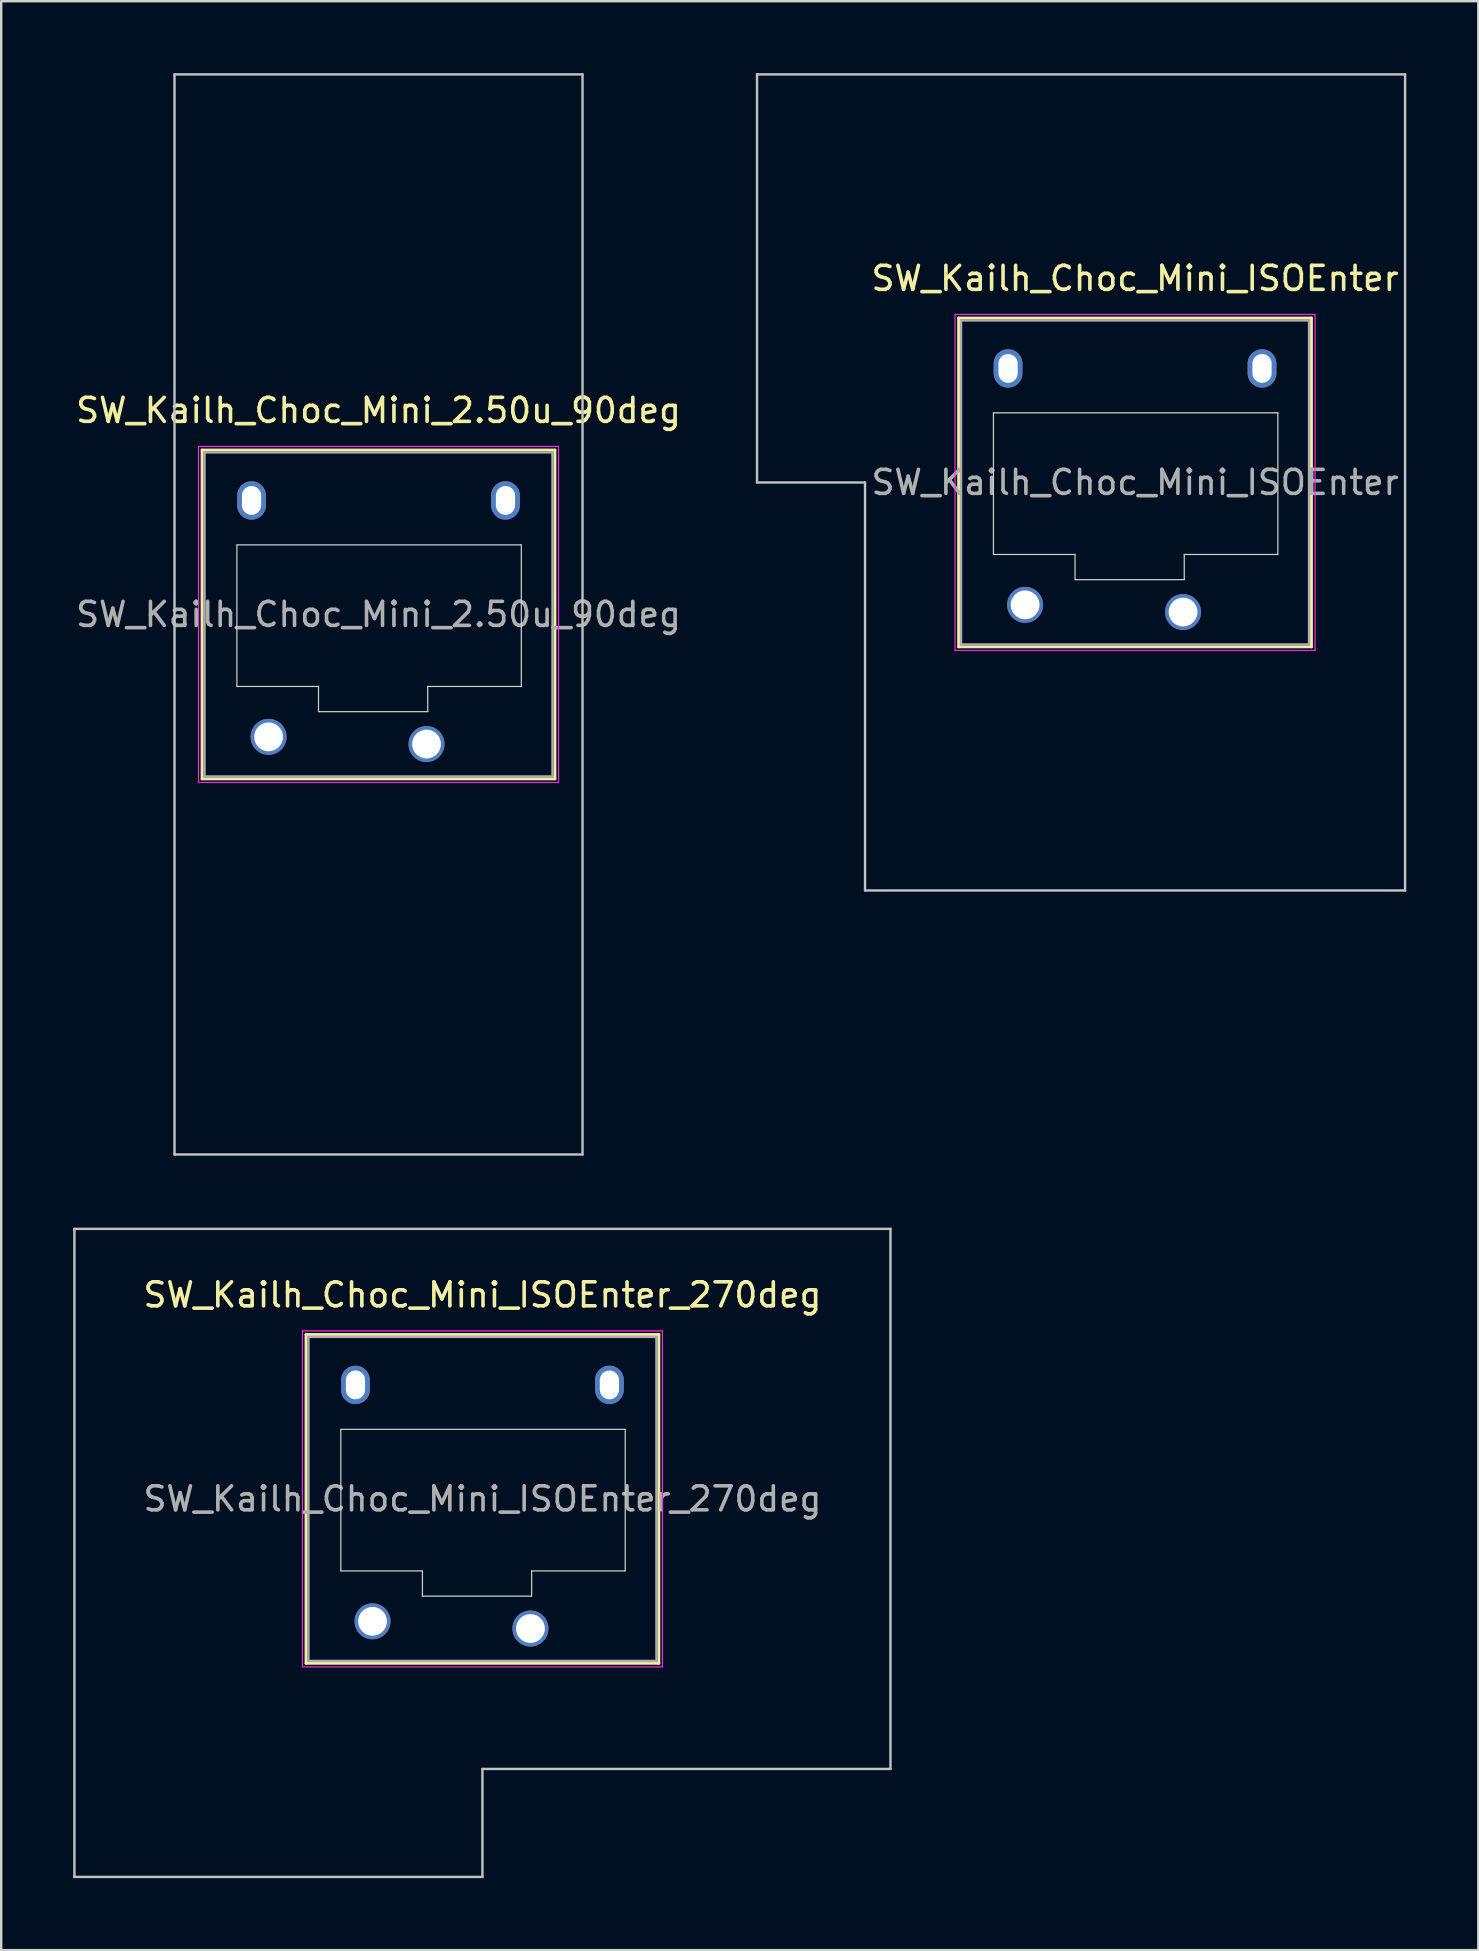
<source format=kicad_pcb>
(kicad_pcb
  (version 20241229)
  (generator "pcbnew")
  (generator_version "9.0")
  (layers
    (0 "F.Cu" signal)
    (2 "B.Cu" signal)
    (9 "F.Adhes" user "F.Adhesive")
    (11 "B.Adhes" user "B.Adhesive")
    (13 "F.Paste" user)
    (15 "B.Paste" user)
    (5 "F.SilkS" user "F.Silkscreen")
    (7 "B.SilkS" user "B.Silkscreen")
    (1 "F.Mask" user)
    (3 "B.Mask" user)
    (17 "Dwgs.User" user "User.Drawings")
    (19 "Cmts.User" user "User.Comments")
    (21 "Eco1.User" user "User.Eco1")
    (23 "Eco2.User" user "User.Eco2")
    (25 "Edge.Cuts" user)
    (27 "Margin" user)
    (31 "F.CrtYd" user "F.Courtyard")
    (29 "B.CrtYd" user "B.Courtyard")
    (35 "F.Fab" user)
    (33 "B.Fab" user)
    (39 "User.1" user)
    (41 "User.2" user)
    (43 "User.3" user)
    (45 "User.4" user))
  (footprint "SW_Kailh_Choc_Mini_ISOEnter"
    (layer "F.Cu")
    (at 44.24 17.05)
    (property "Reference" "SW_Kailh_Choc_Mini_ISOEnter" (at 0 -8.5 0) (layer "F.SilkS") (effects (font (size 1 1) (thickness 0.15))))
    (attr through_hole)
    (fp_line (start -7.35 -6.85) (end -7.35 6.85) (stroke (width 0.12) (type solid)) (layer "F.SilkS"))
    (fp_line (start -7.35 6.85) (end 7.35 6.85) (stroke (width 0.12) (type solid)) (layer "F.SilkS"))
    (fp_line (start 7.35 -6.85) (end -7.35 -6.85) (stroke (width 0.12) (type solid)) (layer "F.SilkS"))
    (fp_line (start 7.35 6.85) (end 7.35 -6.85) (stroke (width 0.12) (type solid)) (layer "F.SilkS"))
    (fp_line (start -15.75 -17) (end -15.75 0) (stroke (width 0.1) (type solid)) (layer "Dwgs.User"))
    (fp_line (start -15.75 0) (end -11.25 0) (stroke (width 0.1) (type solid)) (layer "Dwgs.User"))
    (fp_line (start -11.25 0) (end -11.25 17) (stroke (width 0.1) (type solid)) (layer "Dwgs.User"))
    (fp_line (start -11.25 17) (end 11.25 17) (stroke (width 0.1) (type solid)) (layer "Dwgs.User"))
    (fp_line (start 11.25 -17) (end -15.75 -17) (stroke (width 0.1) (type solid)) (layer "Dwgs.User"))
    (fp_line (start 11.25 17) (end 11.25 -17) (stroke (width 0.1) (type solid)) (layer "Dwgs.User"))
    (fp_line (start -6.85 -6.35) (end -6.85 6.35) (stroke (width 0.1) (type solid)) (layer "Eco1.User"))
    (fp_line (start -6.85 6.35) (end 6.85 6.35) (stroke (width 0.1) (type solid)) (layer "Eco1.User"))
    (fp_line (start 6.85 -6.35) (end -6.85 -6.35) (stroke (width 0.1) (type solid)) (layer "Eco1.User"))
    (fp_line (start 6.85 6.35) (end 6.85 -6.35) (stroke (width 0.1) (type solid)) (layer "Eco1.User"))
    (fp_line (start -5.9 -2.9) (end -5.9 3) (stroke (width 0.05) (type solid)) (layer "Edge.Cuts"))
    (fp_line (start -5.9 3) (end -2.5 3) (stroke (width 0.05) (type solid)) (layer "Edge.Cuts"))
    (fp_line (start -2.5 3) (end -2.5 4.05) (stroke (width 0.05) (type solid)) (layer "Edge.Cuts"))
    (fp_line (start -2.5 4.05) (end 2.05 4.05) (stroke (width 0.05) (type solid)) (layer "Edge.Cuts"))
    (fp_line (start 2.05 3) (end 5.95 3) (stroke (width 0.05) (type solid)) (layer "Edge.Cuts"))
    (fp_line (start 2.05 4.05) (end 2.05 3) (stroke (width 0.05) (type solid)) (layer "Edge.Cuts"))
    (fp_line (start 5.95 -2.9) (end -5.9 -2.9) (stroke (width 0.05) (type solid)) (layer "Edge.Cuts"))
    (fp_line (start 5.95 3) (end 5.95 -2.9) (stroke (width 0.05) (type solid)) (layer "Edge.Cuts"))
    (fp_line (start -7.5 -7) (end -7.5 7) (stroke (width 0.05) (type solid)) (layer "F.CrtYd"))
    (fp_line (start -7.5 7) (end 7.5 7) (stroke (width 0.05) (type solid)) (layer "F.CrtYd"))
    (fp_line (start 7.5 -7) (end -7.5 -7) (stroke (width 0.05) (type solid)) (layer "F.CrtYd"))
    (fp_line (start 7.5 7) (end 7.5 -7) (stroke (width 0.05) (type solid)) (layer "F.CrtYd"))
    (fp_line (start -7.25 -6.75) (end -7.25 6.75) (stroke (width 0.1) (type solid)) (layer "F.Fab"))
    (fp_line (start -7.25 6.75) (end 7.25 6.75) (stroke (width 0.1) (type solid)) (layer "F.Fab"))
    (fp_line (start 7.25 -6.75) (end -7.25 -6.75) (stroke (width 0.1) (type solid)) (layer "F.Fab"))
    (fp_line (start 7.25 6.75) (end 7.25 -6.75) (stroke (width 0.1) (type solid)) (layer "F.Fab"))
    (fp_text user "${REFERENCE}" (at 0 0 0) (layer "F.Fab") (effects (font (size 1 1) (thickness 0.15))))
    (pad "" np_thru_hole oval (at -5.29 -4.75) (size 1.2 1.6) (drill oval 0.8 1.2) (layers "*.Cu" "*.Mask"))
    (pad "" np_thru_hole oval (at 5.29 -4.75) (size 1.2 1.6) (drill oval 0.8 1.2) (layers "*.Cu" "*.Mask"))
    (pad "1" thru_hole circle (at 2 5.4) (size 1.5 1.5) (drill 1.2) (layers "*.Cu" "*.Mask"))
    (pad "2" thru_hole circle (at -4.58 5.1) (size 1.5 1.5) (drill 1.2) (layers "*.Cu" "*.Mask")))
  (footprint "SW_Kailh_Choc_Mini_2.50u_90deg"
    (layer "F.Cu")
    (at 12.72 22.55)
    (property "Reference" "SW_Kailh_Choc_Mini_2.50u_90deg" (at 0 -8.5 0) (layer "F.SilkS") (effects (font (size 1 1) (thickness 0.15))))
    (attr through_hole)
    (fp_line (start -7.35 -6.85) (end -7.35 6.85) (stroke (width 0.12) (type solid)) (layer "F.SilkS"))
    (fp_line (start -7.35 6.85) (end 7.35 6.85) (stroke (width 0.12) (type solid)) (layer "F.SilkS"))
    (fp_line (start 7.35 -6.85) (end -7.35 -6.85) (stroke (width 0.12) (type solid)) (layer "F.SilkS"))
    (fp_line (start 7.35 6.85) (end 7.35 -6.85) (stroke (width 0.12) (type solid)) (layer "F.SilkS"))
    (fp_line (start -8.5 -22.5) (end 8.5 -22.5) (stroke (width 0.1) (type solid)) (layer "Dwgs.User"))
    (fp_line (start -8.5 22.5) (end -8.5 -22.5) (stroke (width 0.1) (type solid)) (layer "Dwgs.User"))
    (fp_line (start 8.5 -22.5) (end 8.5 22.5) (stroke (width 0.1) (type solid)) (layer "Dwgs.User"))
    (fp_line (start 8.5 22.5) (end -8.5 22.5) (stroke (width 0.1) (type solid)) (layer "Dwgs.User"))
    (fp_line (start -6.85 -6.35) (end -6.85 6.35) (stroke (width 0.1) (type solid)) (layer "Eco1.User"))
    (fp_line (start -6.85 6.35) (end 6.85 6.35) (stroke (width 0.1) (type solid)) (layer "Eco1.User"))
    (fp_line (start 6.85 -6.35) (end -6.85 -6.35) (stroke (width 0.1) (type solid)) (layer "Eco1.User"))
    (fp_line (start 6.85 6.35) (end 6.85 -6.35) (stroke (width 0.1) (type solid)) (layer "Eco1.User"))
    (fp_line (start -5.9 -2.9) (end -5.9 3) (stroke (width 0.05) (type solid)) (layer "Edge.Cuts"))
    (fp_line (start -5.9 3) (end -2.5 3) (stroke (width 0.05) (type solid)) (layer "Edge.Cuts"))
    (fp_line (start -2.5 3) (end -2.5 4.05) (stroke (width 0.05) (type solid)) (layer "Edge.Cuts"))
    (fp_line (start -2.5 4.05) (end 2.05 4.05) (stroke (width 0.05) (type solid)) (layer "Edge.Cuts"))
    (fp_line (start 2.05 3) (end 5.95 3) (stroke (width 0.05) (type solid)) (layer "Edge.Cuts"))
    (fp_line (start 2.05 4.05) (end 2.05 3) (stroke (width 0.05) (type solid)) (layer "Edge.Cuts"))
    (fp_line (start 5.95 -2.9) (end -5.9 -2.9) (stroke (width 0.05) (type solid)) (layer "Edge.Cuts"))
    (fp_line (start 5.95 3) (end 5.95 -2.9) (stroke (width 0.05) (type solid)) (layer "Edge.Cuts"))
    (fp_line (start -7.5 -7) (end -7.5 7) (stroke (width 0.05) (type solid)) (layer "F.CrtYd"))
    (fp_line (start -7.5 7) (end 7.5 7) (stroke (width 0.05) (type solid)) (layer "F.CrtYd"))
    (fp_line (start 7.5 -7) (end -7.5 -7) (stroke (width 0.05) (type solid)) (layer "F.CrtYd"))
    (fp_line (start 7.5 7) (end 7.5 -7) (stroke (width 0.05) (type solid)) (layer "F.CrtYd"))
    (fp_line (start -7.25 -6.75) (end -7.25 6.75) (stroke (width 0.1) (type solid)) (layer "F.Fab"))
    (fp_line (start -7.25 6.75) (end 7.25 6.75) (stroke (width 0.1) (type solid)) (layer "F.Fab"))
    (fp_line (start 7.25 -6.75) (end -7.25 -6.75) (stroke (width 0.1) (type solid)) (layer "F.Fab"))
    (fp_line (start 7.25 6.75) (end 7.25 -6.75) (stroke (width 0.1) (type solid)) (layer "F.Fab"))
    (fp_text user "${REFERENCE}" (at 0 0 0) (layer "F.Fab") (effects (font (size 1 1) (thickness 0.15))))
    (pad "" np_thru_hole oval (at -5.29 -4.75) (size 1.2 1.6) (drill oval 0.8 1.2) (layers "*.Cu" "*.Mask"))
    (pad "" np_thru_hole oval (at 5.29 -4.75) (size 1.2 1.6) (drill oval 0.8 1.2) (layers "*.Cu" "*.Mask"))
    (pad "1" thru_hole circle (at 2 5.4) (size 1.5 1.5) (drill 1.2) (layers "*.Cu" "*.Mask"))
    (pad "2" thru_hole circle (at -4.58 5.1) (size 1.5 1.5) (drill 1.2) (layers "*.Cu" "*.Mask")))
  (footprint "SW_Kailh_Choc_Mini_ISOEnter_270deg"
    (layer "F.Cu")
    (at 17.05 59.4)
    (property "Reference" "SW_Kailh_Choc_Mini_ISOEnter_270deg" (at 0 -8.5 0) (layer "F.SilkS") (effects (font (size 1 1) (thickness 0.15))))
    (attr through_hole)
    (fp_line (start -7.35 -6.85) (end -7.35 6.85) (stroke (width 0.12) (type solid)) (layer "F.SilkS"))
    (fp_line (start -7.35 6.85) (end 7.35 6.85) (stroke (width 0.12) (type solid)) (layer "F.SilkS"))
    (fp_line (start 7.35 -6.85) (end -7.35 -6.85) (stroke (width 0.12) (type solid)) (layer "F.SilkS"))
    (fp_line (start 7.35 6.85) (end 7.35 -6.85) (stroke (width 0.12) (type solid)) (layer "F.SilkS"))
    (fp_line (start -17 -11.25) (end -17 15.75) (stroke (width 0.1) (type solid)) (layer "Dwgs.User"))
    (fp_line (start -17 15.75) (end 0 15.75) (stroke (width 0.1) (type solid)) (layer "Dwgs.User"))
    (fp_line (start 0 11.25) (end 17 11.25) (stroke (width 0.1) (type solid)) (layer "Dwgs.User"))
    (fp_line (start 0 15.75) (end 0 11.25) (stroke (width 0.1) (type solid)) (layer "Dwgs.User"))
    (fp_line (start 17 -11.25) (end -17 -11.25) (stroke (width 0.1) (type solid)) (layer "Dwgs.User"))
    (fp_line (start 17 11.25) (end 17 -11.25) (stroke (width 0.1) (type solid)) (layer "Dwgs.User"))
    (fp_line (start -6.85 -6.35) (end -6.85 6.35) (stroke (width 0.1) (type solid)) (layer "Eco1.User"))
    (fp_line (start -6.85 6.35) (end 6.85 6.35) (stroke (width 0.1) (type solid)) (layer "Eco1.User"))
    (fp_line (start 6.85 -6.35) (end -6.85 -6.35) (stroke (width 0.1) (type solid)) (layer "Eco1.User"))
    (fp_line (start 6.85 6.35) (end 6.85 -6.35) (stroke (width 0.1) (type solid)) (layer "Eco1.User"))
    (fp_line (start -5.9 -2.9) (end -5.9 3) (stroke (width 0.05) (type solid)) (layer "Edge.Cuts"))
    (fp_line (start -5.9 3) (end -2.5 3) (stroke (width 0.05) (type solid)) (layer "Edge.Cuts"))
    (fp_line (start -2.5 3) (end -2.5 4.05) (stroke (width 0.05) (type solid)) (layer "Edge.Cuts"))
    (fp_line (start -2.5 4.05) (end 2.05 4.05) (stroke (width 0.05) (type solid)) (layer "Edge.Cuts"))
    (fp_line (start 2.05 3) (end 5.95 3) (stroke (width 0.05) (type solid)) (layer "Edge.Cuts"))
    (fp_line (start 2.05 4.05) (end 2.05 3) (stroke (width 0.05) (type solid)) (layer "Edge.Cuts"))
    (fp_line (start 5.95 -2.9) (end -5.9 -2.9) (stroke (width 0.05) (type solid)) (layer "Edge.Cuts"))
    (fp_line (start 5.95 3) (end 5.95 -2.9) (stroke (width 0.05) (type solid)) (layer "Edge.Cuts"))
    (fp_line (start -7.5 -7) (end -7.5 7) (stroke (width 0.05) (type solid)) (layer "F.CrtYd"))
    (fp_line (start -7.5 7) (end 7.5 7) (stroke (width 0.05) (type solid)) (layer "F.CrtYd"))
    (fp_line (start 7.5 -7) (end -7.5 -7) (stroke (width 0.05) (type solid)) (layer "F.CrtYd"))
    (fp_line (start 7.5 7) (end 7.5 -7) (stroke (width 0.05) (type solid)) (layer "F.CrtYd"))
    (fp_line (start -7.25 -6.75) (end -7.25 6.75) (stroke (width 0.1) (type solid)) (layer "F.Fab"))
    (fp_line (start -7.25 6.75) (end 7.25 6.75) (stroke (width 0.1) (type solid)) (layer "F.Fab"))
    (fp_line (start 7.25 -6.75) (end -7.25 -6.75) (stroke (width 0.1) (type solid)) (layer "F.Fab"))
    (fp_line (start 7.25 6.75) (end 7.25 -6.75) (stroke (width 0.1) (type solid)) (layer "F.Fab"))
    (fp_text user "${REFERENCE}" (at 0 0 0) (layer "F.Fab") (effects (font (size 1 1) (thickness 0.15))))
    (pad "" np_thru_hole oval (at -5.29 -4.75) (size 1.2 1.6) (drill oval 0.8 1.2) (layers "*.Cu" "*.Mask"))
    (pad "" np_thru_hole oval (at 5.29 -4.75) (size 1.2 1.6) (drill oval 0.8 1.2) (layers "*.Cu" "*.Mask"))
    (pad "1" thru_hole circle (at 2 5.4) (size 1.5 1.5) (drill 1.2) (layers "*.Cu" "*.Mask"))
    (pad "2" thru_hole circle (at -4.58 5.1) (size 1.5 1.5) (drill 1.2) (layers "*.Cu" "*.Mask")))
  (gr_rect
    (start -3 -3)
    (end 58.54 78.2)
    (stroke (width 0.1) (type default))
    (fill no)
    (layer "Edge.Cuts")))
</source>
